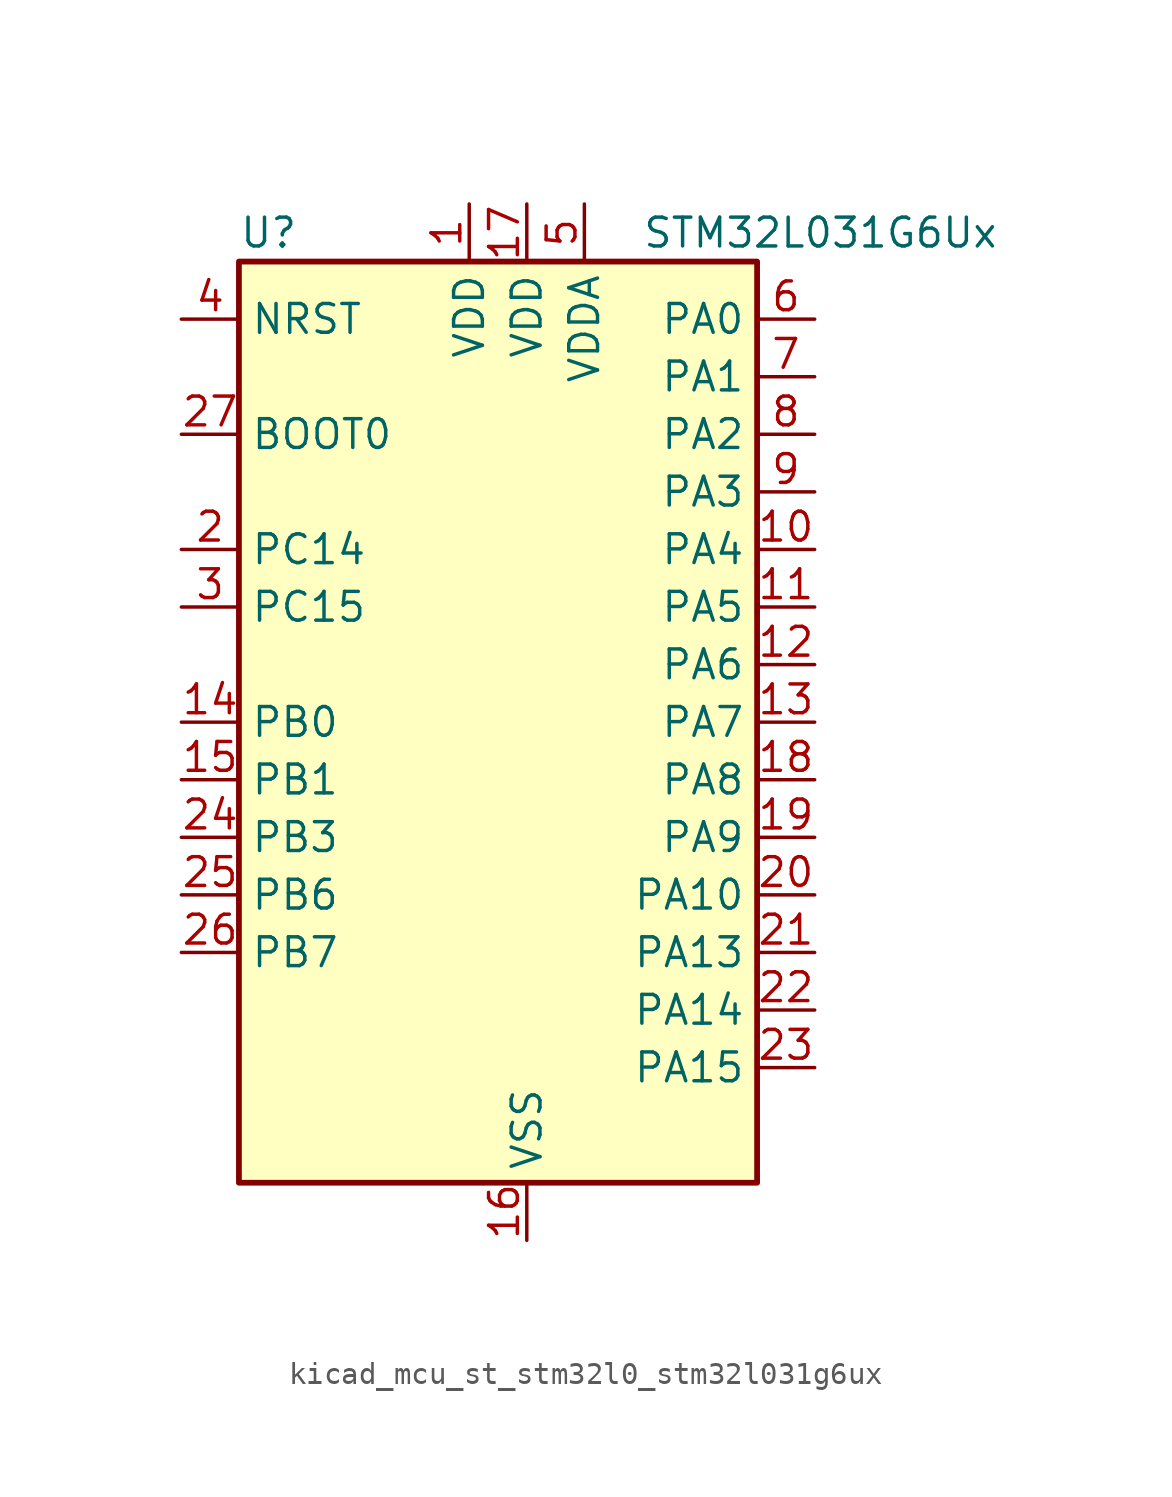
<source format=kicad_sym>
(kicad_symbol_lib
  (version 20220914)
  (generator kicad_symbol_editor)
  (symbol "kicad_mcu_st_stm32l0_stm32l031g6ux"
    (property "Reference" "U"
      (at -10.16 21.59 0)
      (effects (font (size 1.27 1.27)) (justify left)))
    (property "Value" "STM32L031G6Ux"
      (at 7.62 21.59 0)
      (effects (font (size 1.27 1.27)) (justify left)))
    (property "ki_locked" ""
      (at 0 0 0)
      (effects (font (size 1.27 1.27))))
    (symbol "kicad_mcu_st_stm32l0_stm32l031g6ux_0_1"
      (rectangle (start -10.16 -20.32) (end 12.7 20.32) (stroke (width 0.254) (type default)) (fill (type background))))
    (symbol "kicad_mcu_st_stm32l0_stm32l031g6ux_1_1"
      (pin power_in line (at 0 22.86 270) (length 2.54) (name "VDD" (effects (font (size 1.27 1.27)))) (number "1" (effects (font (size 1.27 1.27)))))
      (pin bidirectional line (at 15.24 7.62 180) (length 2.54) (name "PA4" (effects (font (size 1.27 1.27)))) (number "10" (effects (font (size 1.27 1.27)))) (alternate "ADC_IN4" bidirectional line) (alternate "COMP1_INM" bidirectional line) (alternate "COMP2_INM" bidirectional line) (alternate "LPTIM1_IN1" bidirectional line) (alternate "SPI1_NSS" bidirectional line) (alternate "TIM22_ETR" bidirectional line) (alternate "USART2_CK" bidirectional line))
      (pin bidirectional line (at 15.24 5.08 180) (length 2.54) (name "PA5" (effects (font (size 1.27 1.27)))) (number "11" (effects (font (size 1.27 1.27)))) (alternate "ADC_IN5" bidirectional line) (alternate "COMP1_INM" bidirectional line) (alternate "COMP2_INM" bidirectional line) (alternate "LPTIM1_IN2" bidirectional line) (alternate "SPI1_SCK" bidirectional line) (alternate "TIM2_CH1" bidirectional line) (alternate "TIM2_ETR" bidirectional line))
      (pin bidirectional line (at 15.24 2.54 180) (length 2.54) (name "PA6" (effects (font (size 1.27 1.27)))) (number "12" (effects (font (size 1.27 1.27)))) (alternate "ADC_IN6" bidirectional line) (alternate "COMP1_OUT" bidirectional line) (alternate "LPTIM1_ETR" bidirectional line) (alternate "LPUART1_CTS" bidirectional line) (alternate "SPI1_MISO" bidirectional line) (alternate "TIM22_CH1" bidirectional line))
      (pin bidirectional line (at 15.24 0 180) (length 2.54) (name "PA7" (effects (font (size 1.27 1.27)))) (number "13" (effects (font (size 1.27 1.27)))) (alternate "ADC_IN7" bidirectional line) (alternate "COMP2_OUT" bidirectional line) (alternate "LPTIM1_OUT" bidirectional line) (alternate "SPI1_MOSI" bidirectional line) (alternate "TIM22_CH2" bidirectional line) (alternate "USART2_CTS" bidirectional line))
      (pin bidirectional line (at -12.7 0 0) (length 2.54) (name "PB0" (effects (font (size 1.27 1.27)))) (number "14" (effects (font (size 1.27 1.27)))) (alternate "ADC_IN8" bidirectional line) (alternate "SPI1_MISO" bidirectional line) (alternate "SYS_VREF_OUT_PB0" bidirectional line) (alternate "TIM2_CH3" bidirectional line) (alternate "USART2_DE" bidirectional line) (alternate "USART2_RTS" bidirectional line))
      (pin bidirectional line (at -12.7 -2.54 0) (length 2.54) (name "PB1" (effects (font (size 1.27 1.27)))) (number "15" (effects (font (size 1.27 1.27)))) (alternate "ADC_IN9" bidirectional line) (alternate "LPUART1_DE" bidirectional line) (alternate "LPUART1_RTS" bidirectional line) (alternate "SPI1_MOSI" bidirectional line) (alternate "SYS_VREF_OUT_PB1" bidirectional line) (alternate "TIM2_CH4" bidirectional line) (alternate "USART2_CK" bidirectional line))
      (pin power_in line (at 2.54 -22.86 90) (length 2.54) (name "VSS" (effects (font (size 1.27 1.27)))) (number "16" (effects (font (size 1.27 1.27)))))
      (pin power_in line (at 2.54 22.86 270) (length 2.54) (name "VDD" (effects (font (size 1.27 1.27)))) (number "17" (effects (font (size 1.27 1.27)))))
      (pin bidirectional line (at 15.24 -2.54 180) (length 2.54) (name "PA8" (effects (font (size 1.27 1.27)))) (number "18" (effects (font (size 1.27 1.27)))) (alternate "LPTIM1_IN1" bidirectional line) (alternate "RCC_MCO" bidirectional line) (alternate "TIM2_CH1" bidirectional line) (alternate "USART2_CK" bidirectional line))
      (pin bidirectional line (at 15.24 -5.08 180) (length 2.54) (name "PA9" (effects (font (size 1.27 1.27)))) (number "19" (effects (font (size 1.27 1.27)))) (alternate "I2C1_SCL" bidirectional line) (alternate "RCC_MCO" bidirectional line) (alternate "TIM22_CH1" bidirectional line) (alternate "USART2_TX" bidirectional line))
      (pin bidirectional line (at -12.7 7.62 0) (length 2.54) (name "PC14" (effects (font (size 1.27 1.27)))) (number "2" (effects (font (size 1.27 1.27)))) (alternate "RCC_OSC32_IN" bidirectional line))
      (pin bidirectional line (at 15.24 -7.62 180) (length 2.54) (name "PA10" (effects (font (size 1.27 1.27)))) (number "20" (effects (font (size 1.27 1.27)))) (alternate "I2C1_SDA" bidirectional line) (alternate "TIM22_CH2" bidirectional line) (alternate "USART2_RX" bidirectional line))
      (pin bidirectional line (at 15.24 -10.16 180) (length 2.54) (name "PA13" (effects (font (size 1.27 1.27)))) (number "21" (effects (font (size 1.27 1.27)))) (alternate "LPTIM1_ETR" bidirectional line) (alternate "LPUART1_RX" bidirectional line) (alternate "SYS_SWDIO" bidirectional line))
      (pin bidirectional line (at 15.24 -12.7 180) (length 2.54) (name "PA14" (effects (font (size 1.27 1.27)))) (number "22" (effects (font (size 1.27 1.27)))) (alternate "I2C1_SMBA" bidirectional line) (alternate "LPTIM1_OUT" bidirectional line) (alternate "LPUART1_TX" bidirectional line) (alternate "SYS_SWCLK" bidirectional line) (alternate "USART2_TX" bidirectional line))
      (pin bidirectional line (at 15.24 -15.24 180) (length 2.54) (name "PA15" (effects (font (size 1.27 1.27)))) (number "23" (effects (font (size 1.27 1.27)))) (alternate "SPI1_NSS" bidirectional line) (alternate "TIM2_CH1" bidirectional line) (alternate "TIM2_ETR" bidirectional line) (alternate "USART2_RX" bidirectional line))
      (pin bidirectional line (at -12.7 -5.08 0) (length 2.54) (name "PB3" (effects (font (size 1.27 1.27)))) (number "24" (effects (font (size 1.27 1.27)))) (alternate "COMP2_INM" bidirectional line) (alternate "SPI1_SCK" bidirectional line) (alternate "TIM2_CH2" bidirectional line))
      (pin bidirectional line (at -12.7 -7.62 0) (length 2.54) (name "PB6" (effects (font (size 1.27 1.27)))) (number "25" (effects (font (size 1.27 1.27)))) (alternate "COMP2_INP" bidirectional line) (alternate "I2C1_SCL" bidirectional line) (alternate "LPTIM1_ETR" bidirectional line) (alternate "TIM21_CH1" bidirectional line) (alternate "USART2_TX" bidirectional line))
      (pin bidirectional line (at -12.7 -10.16 0) (length 2.54) (name "PB7" (effects (font (size 1.27 1.27)))) (number "26" (effects (font (size 1.27 1.27)))) (alternate "COMP2_INP" bidirectional line) (alternate "I2C1_SDA" bidirectional line) (alternate "LPTIM1_IN2" bidirectional line) (alternate "SYS_PVD_IN" bidirectional line) (alternate "USART2_RX" bidirectional line))
      (pin input line (at -12.7 12.7 0) (length 2.54) (name "BOOT0" (effects (font (size 1.27 1.27)))) (number "27" (effects (font (size 1.27 1.27)))))
      (pin passive line (at 2.54 -22.86 90) (length 2.54) hide (name "VSS" (effects (font (size 1.27 1.27)))) (number "28" (effects (font (size 1.27 1.27)))))
      (pin bidirectional line (at -12.7 5.08 0) (length 2.54) (name "PC15" (effects (font (size 1.27 1.27)))) (number "3" (effects (font (size 1.27 1.27)))) (alternate "RCC_OSC32_OUT" bidirectional line))
      (pin input line (at -12.7 17.78 0) (length 2.54) (name "NRST" (effects (font (size 1.27 1.27)))) (number "4" (effects (font (size 1.27 1.27)))))
      (pin power_in line (at 5.08 22.86 270) (length 2.54) (name "VDDA" (effects (font (size 1.27 1.27)))) (number "5" (effects (font (size 1.27 1.27)))))
      (pin bidirectional line (at 15.24 17.78 180) (length 2.54) (name "PA0" (effects (font (size 1.27 1.27)))) (number "6" (effects (font (size 1.27 1.27)))) (alternate "ADC_IN0" bidirectional line) (alternate "COMP1_INM" bidirectional line) (alternate "COMP1_OUT" bidirectional line) (alternate "LPTIM1_IN1" bidirectional line) (alternate "RCC_CK_IN" bidirectional line) (alternate "RTC_TAMP2" bidirectional line) (alternate "SYS_WKUP1" bidirectional line) (alternate "TIM2_CH1" bidirectional line) (alternate "TIM2_ETR" bidirectional line) (alternate "USART2_CTS" bidirectional line))
      (pin bidirectional line (at 15.24 15.24 180) (length 2.54) (name "PA1" (effects (font (size 1.27 1.27)))) (number "7" (effects (font (size 1.27 1.27)))) (alternate "ADC_IN1" bidirectional line) (alternate "COMP1_INP" bidirectional line) (alternate "I2C1_SMBA" bidirectional line) (alternate "LPTIM1_IN2" bidirectional line) (alternate "TIM21_ETR" bidirectional line) (alternate "TIM2_CH2" bidirectional line) (alternate "USART2_DE" bidirectional line) (alternate "USART2_RTS" bidirectional line))
      (pin bidirectional line (at 15.24 12.7 180) (length 2.54) (name "PA2" (effects (font (size 1.27 1.27)))) (number "8" (effects (font (size 1.27 1.27)))) (alternate "ADC_IN2" bidirectional line) (alternate "COMP2_INM" bidirectional line) (alternate "COMP2_OUT" bidirectional line) (alternate "LPUART1_TX" bidirectional line) (alternate "RTC_OUT_ALARM" bidirectional line) (alternate "RTC_OUT_CALIB" bidirectional line) (alternate "RTC_TAMP3" bidirectional line) (alternate "RTC_TS" bidirectional line) (alternate "SYS_WKUP3" bidirectional line) (alternate "TIM21_CH1" bidirectional line) (alternate "TIM2_CH3" bidirectional line) (alternate "USART2_TX" bidirectional line))
      (pin bidirectional line (at 15.24 10.16 180) (length 2.54) (name "PA3" (effects (font (size 1.27 1.27)))) (number "9" (effects (font (size 1.27 1.27)))) (alternate "ADC_IN3" bidirectional line) (alternate "COMP2_INP" bidirectional line) (alternate "LPUART1_RX" bidirectional line) (alternate "TIM21_CH2" bidirectional line) (alternate "TIM2_CH4" bidirectional line) (alternate "USART2_RX" bidirectional line)))))
</source>
